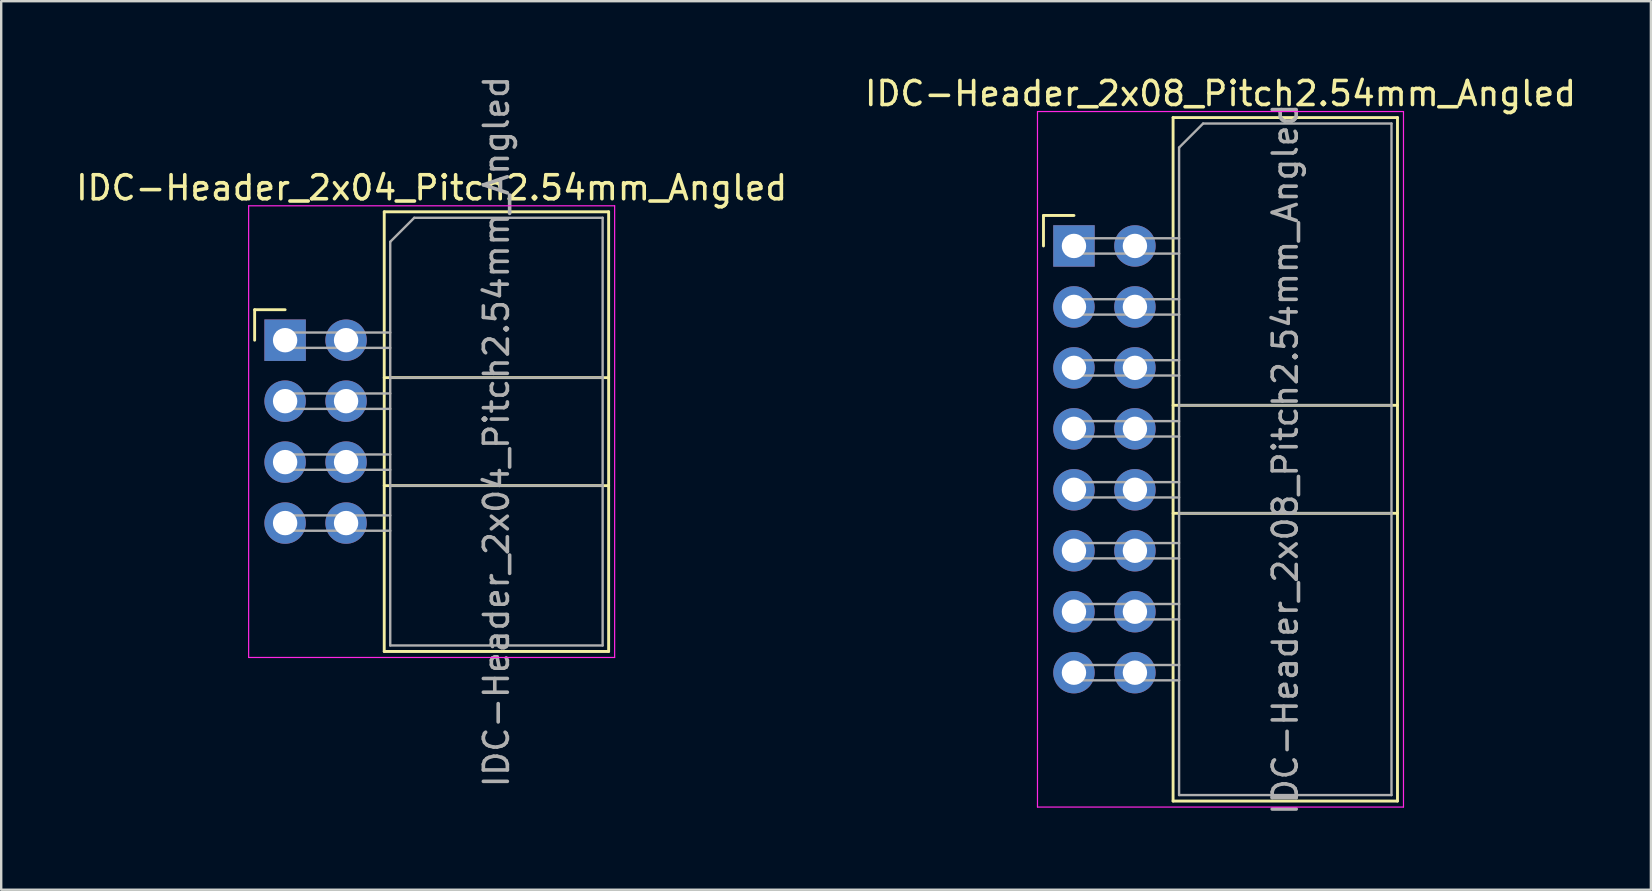
<source format=kicad_pcb>
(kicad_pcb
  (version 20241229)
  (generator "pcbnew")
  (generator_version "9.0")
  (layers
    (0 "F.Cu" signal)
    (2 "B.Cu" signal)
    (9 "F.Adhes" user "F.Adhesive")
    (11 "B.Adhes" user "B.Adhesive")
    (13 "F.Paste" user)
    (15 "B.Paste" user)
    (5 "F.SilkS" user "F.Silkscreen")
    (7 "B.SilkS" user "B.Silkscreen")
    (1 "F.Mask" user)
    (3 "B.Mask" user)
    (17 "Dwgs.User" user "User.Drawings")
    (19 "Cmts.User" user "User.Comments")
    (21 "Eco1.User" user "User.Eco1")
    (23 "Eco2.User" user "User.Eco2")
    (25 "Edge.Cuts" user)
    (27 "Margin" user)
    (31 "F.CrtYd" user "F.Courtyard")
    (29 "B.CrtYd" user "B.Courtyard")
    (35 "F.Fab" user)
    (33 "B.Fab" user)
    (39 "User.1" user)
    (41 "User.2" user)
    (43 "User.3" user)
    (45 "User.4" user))
  (footprint "IDC-Header_2x04_Pitch2.54mm_Angled"
    (layer "F.Cu")
    (at 8.83 11.125)
    (property "Reference" "IDC-Header_2x04_Pitch2.54mm_Angled" (at 6.105 -6.35 0) (layer "F.SilkS") (effects (font (size 1 1) (thickness 0.15))))
    (attr through_hole)
    (fp_line (start -1.27 -1.27) (end -1.27 0) (stroke (width 0.12) (type solid)) (layer "F.SilkS"))
    (fp_line (start 0 -1.27) (end -1.27 -1.27) (stroke (width 0.12) (type solid)) (layer "F.SilkS"))
    (fp_line (start 4.13 -5.35) (end 13.48 -5.35) (stroke (width 0.12) (type solid)) (layer "F.SilkS"))
    (fp_line (start 4.13 1.56) (end 13.48 1.56) (stroke (width 0.12) (type solid)) (layer "F.SilkS"))
    (fp_line (start 4.13 6.06) (end 13.48 6.06) (stroke (width 0.12) (type solid)) (layer "F.SilkS"))
    (fp_line (start 4.13 12.97) (end 4.13 -5.35) (stroke (width 0.12) (type solid)) (layer "F.SilkS"))
    (fp_line (start 4.13 12.97) (end 13.48 12.97) (stroke (width 0.12) (type solid)) (layer "F.SilkS"))
    (fp_line (start 13.48 -5.35) (end 13.48 12.97) (stroke (width 0.12) (type solid)) (layer "F.SilkS"))
    (fp_line (start -1.52 -5.6) (end 13.73 -5.6) (stroke (width 0.05) (type solid)) (layer "F.CrtYd"))
    (fp_line (start -1.52 13.22) (end -1.52 -5.6) (stroke (width 0.05) (type solid)) (layer "F.CrtYd"))
    (fp_line (start 13.73 -5.6) (end 13.73 13.22) (stroke (width 0.05) (type solid)) (layer "F.CrtYd"))
    (fp_line (start 13.73 13.22) (end -1.52 13.22) (stroke (width 0.05) (type solid)) (layer "F.CrtYd"))
    (fp_line (start -0.32 -0.32) (end -0.32 0.32) (stroke (width 0.1) (type solid)) (layer "F.Fab"))
    (fp_line (start -0.32 0.32) (end 4.38 0.32) (stroke (width 0.1) (type solid)) (layer "F.Fab"))
    (fp_line (start -0.32 2.22) (end -0.32 2.86) (stroke (width 0.1) (type solid)) (layer "F.Fab"))
    (fp_line (start -0.32 2.86) (end 4.38 2.86) (stroke (width 0.1) (type solid)) (layer "F.Fab"))
    (fp_line (start -0.32 4.76) (end -0.32 5.4) (stroke (width 0.1) (type solid)) (layer "F.Fab"))
    (fp_line (start -0.32 5.4) (end 4.38 5.4) (stroke (width 0.1) (type solid)) (layer "F.Fab"))
    (fp_line (start -0.32 7.3) (end -0.32 7.94) (stroke (width 0.1) (type solid)) (layer "F.Fab"))
    (fp_line (start -0.32 7.94) (end 4.38 7.94) (stroke (width 0.1) (type solid)) (layer "F.Fab"))
    (fp_line (start 4.38 -4.1) (end 5.38 -5.1) (stroke (width 0.1) (type solid)) (layer "F.Fab"))
    (fp_line (start 4.38 -0.32) (end -0.32 -0.32) (stroke (width 0.1) (type solid)) (layer "F.Fab"))
    (fp_line (start 4.38 1.56) (end 13.23 1.56) (stroke (width 0.1) (type solid)) (layer "F.Fab"))
    (fp_line (start 4.38 2.22) (end -0.32 2.22) (stroke (width 0.1) (type solid)) (layer "F.Fab"))
    (fp_line (start 4.38 4.76) (end -0.32 4.76) (stroke (width 0.1) (type solid)) (layer "F.Fab"))
    (fp_line (start 4.38 6.06) (end 13.23 6.06) (stroke (width 0.1) (type solid)) (layer "F.Fab"))
    (fp_line (start 4.38 7.3) (end -0.32 7.3) (stroke (width 0.1) (type solid)) (layer "F.Fab"))
    (fp_line (start 4.38 12.72) (end 4.38 -4.1) (stroke (width 0.1) (type solid)) (layer "F.Fab"))
    (fp_line (start 4.38 12.72) (end 13.23 12.72) (stroke (width 0.1) (type solid)) (layer "F.Fab"))
    (fp_line (start 5.38 -5.1) (end 13.23 -5.1) (stroke (width 0.1) (type solid)) (layer "F.Fab"))
    (fp_line (start 13.23 12.72) (end 13.23 -5.1) (stroke (width 0.1) (type solid)) (layer "F.Fab"))
    (fp_text user "${REFERENCE}" (at 8.805 3.81 90) (layer "F.Fab") (effects (font (size 1 1) (thickness 0.15))))
    (pad "1" thru_hole rect (at 0 0) (size 1.727 1.727) (drill 1.016) (layers "*.Cu" "*.Mask"))
    (pad "2" thru_hole oval (at 2.54 0) (size 1.727 1.727) (drill 1.016) (layers "*.Cu" "*.Mask"))
    (pad "3" thru_hole oval (at 0 2.54) (size 1.727 1.727) (drill 1.016) (layers "*.Cu" "*.Mask"))
    (pad "4" thru_hole oval (at 2.54 2.54) (size 1.727 1.727) (drill 1.016) (layers "*.Cu" "*.Mask"))
    (pad "5" thru_hole oval (at 0 5.08) (size 1.727 1.727) (drill 1.016) (layers "*.Cu" "*.Mask"))
    (pad "6" thru_hole oval (at 2.54 5.08) (size 1.727 1.727) (drill 1.016) (layers "*.Cu" "*.Mask"))
    (pad "7" thru_hole oval (at 0 7.62) (size 1.727 1.727) (drill 1.016) (layers "*.Cu" "*.Mask"))
    (pad "8" thru_hole oval (at 2.54 7.62) (size 1.727 1.727) (drill 1.016) (layers "*.Cu" "*.Mask")))
  (footprint "IDC-Header_2x08_Pitch2.54mm_Angled"
    (layer "F.Cu")
    (at 41.699 7.198)
    (property "Reference" "IDC-Header_2x08_Pitch2.54mm_Angled" (at 6.105 -6.35 0) (layer "F.SilkS") (effects (font (size 1 1) (thickness 0.15))))
    (attr through_hole)
    (fp_line (start -1.27 -1.27) (end -1.27 0) (stroke (width 0.12) (type solid)) (layer "F.SilkS"))
    (fp_line (start 0 -1.27) (end -1.27 -1.27) (stroke (width 0.12) (type solid)) (layer "F.SilkS"))
    (fp_line (start 4.13 -5.35) (end 13.48 -5.35) (stroke (width 0.12) (type solid)) (layer "F.SilkS"))
    (fp_line (start 4.13 6.64) (end 13.48 6.64) (stroke (width 0.12) (type solid)) (layer "F.SilkS"))
    (fp_line (start 4.13 11.14) (end 13.48 11.14) (stroke (width 0.12) (type solid)) (layer "F.SilkS"))
    (fp_line (start 4.13 23.13) (end 4.13 -5.35) (stroke (width 0.12) (type solid)) (layer "F.SilkS"))
    (fp_line (start 4.13 23.13) (end 13.48 23.13) (stroke (width 0.12) (type solid)) (layer "F.SilkS"))
    (fp_line (start 13.48 -5.35) (end 13.48 23.13) (stroke (width 0.12) (type solid)) (layer "F.SilkS"))
    (fp_line (start -1.52 -5.6) (end 13.73 -5.6) (stroke (width 0.05) (type solid)) (layer "F.CrtYd"))
    (fp_line (start -1.52 23.38) (end -1.52 -5.6) (stroke (width 0.05) (type solid)) (layer "F.CrtYd"))
    (fp_line (start 13.73 -5.6) (end 13.73 23.38) (stroke (width 0.05) (type solid)) (layer "F.CrtYd"))
    (fp_line (start 13.73 23.38) (end -1.52 23.38) (stroke (width 0.05) (type solid)) (layer "F.CrtYd"))
    (fp_line (start -0.32 -0.32) (end -0.32 0.32) (stroke (width 0.1) (type solid)) (layer "F.Fab"))
    (fp_line (start -0.32 0.32) (end 4.38 0.32) (stroke (width 0.1) (type solid)) (layer "F.Fab"))
    (fp_line (start -0.32 2.22) (end -0.32 2.86) (stroke (width 0.1) (type solid)) (layer "F.Fab"))
    (fp_line (start -0.32 2.86) (end 4.38 2.86) (stroke (width 0.1) (type solid)) (layer "F.Fab"))
    (fp_line (start -0.32 4.76) (end -0.32 5.4) (stroke (width 0.1) (type solid)) (layer "F.Fab"))
    (fp_line (start -0.32 5.4) (end 4.38 5.4) (stroke (width 0.1) (type solid)) (layer "F.Fab"))
    (fp_line (start -0.32 7.3) (end -0.32 7.94) (stroke (width 0.1) (type solid)) (layer "F.Fab"))
    (fp_line (start -0.32 7.94) (end 4.38 7.94) (stroke (width 0.1) (type solid)) (layer "F.Fab"))
    (fp_line (start -0.32 9.84) (end -0.32 10.48) (stroke (width 0.1) (type solid)) (layer "F.Fab"))
    (fp_line (start -0.32 10.48) (end 4.38 10.48) (stroke (width 0.1) (type solid)) (layer "F.Fab"))
    (fp_line (start -0.32 12.38) (end -0.32 13.02) (stroke (width 0.1) (type solid)) (layer "F.Fab"))
    (fp_line (start -0.32 13.02) (end 4.38 13.02) (stroke (width 0.1) (type solid)) (layer "F.Fab"))
    (fp_line (start -0.32 14.92) (end -0.32 15.56) (stroke (width 0.1) (type solid)) (layer "F.Fab"))
    (fp_line (start -0.32 15.56) (end 4.38 15.56) (stroke (width 0.1) (type solid)) (layer "F.Fab"))
    (fp_line (start -0.32 17.46) (end -0.32 18.1) (stroke (width 0.1) (type solid)) (layer "F.Fab"))
    (fp_line (start -0.32 18.1) (end 4.38 18.1) (stroke (width 0.1) (type solid)) (layer "F.Fab"))
    (fp_line (start 4.38 -4.1) (end 5.38 -5.1) (stroke (width 0.1) (type solid)) (layer "F.Fab"))
    (fp_line (start 4.38 -0.32) (end -0.32 -0.32) (stroke (width 0.1) (type solid)) (layer "F.Fab"))
    (fp_line (start 4.38 2.22) (end -0.32 2.22) (stroke (width 0.1) (type solid)) (layer "F.Fab"))
    (fp_line (start 4.38 4.76) (end -0.32 4.76) (stroke (width 0.1) (type solid)) (layer "F.Fab"))
    (fp_line (start 4.38 6.64) (end 13.23 6.64) (stroke (width 0.1) (type solid)) (layer "F.Fab"))
    (fp_line (start 4.38 7.3) (end -0.32 7.3) (stroke (width 0.1) (type solid)) (layer "F.Fab"))
    (fp_line (start 4.38 9.84) (end -0.32 9.84) (stroke (width 0.1) (type solid)) (layer "F.Fab"))
    (fp_line (start 4.38 11.14) (end 13.23 11.14) (stroke (width 0.1) (type solid)) (layer "F.Fab"))
    (fp_line (start 4.38 12.38) (end -0.32 12.38) (stroke (width 0.1) (type solid)) (layer "F.Fab"))
    (fp_line (start 4.38 14.92) (end -0.32 14.92) (stroke (width 0.1) (type solid)) (layer "F.Fab"))
    (fp_line (start 4.38 17.46) (end -0.32 17.46) (stroke (width 0.1) (type solid)) (layer "F.Fab"))
    (fp_line (start 4.38 22.88) (end 4.38 -4.1) (stroke (width 0.1) (type solid)) (layer "F.Fab"))
    (fp_line (start 4.38 22.88) (end 13.23 22.88) (stroke (width 0.1) (type solid)) (layer "F.Fab"))
    (fp_line (start 5.38 -5.1) (end 13.23 -5.1) (stroke (width 0.1) (type solid)) (layer "F.Fab"))
    (fp_line (start 13.23 22.88) (end 13.23 -5.1) (stroke (width 0.1) (type solid)) (layer "F.Fab"))
    (fp_text user "${REFERENCE}" (at 8.805 8.89 90) (layer "F.Fab") (effects (font (size 1 1) (thickness 0.15))))
    (pad "1" thru_hole rect (at 0 0) (size 1.727 1.727) (drill 1.016) (layers "*.Cu" "*.Mask"))
    (pad "2" thru_hole oval (at 2.54 0) (size 1.727 1.727) (drill 1.016) (layers "*.Cu" "*.Mask"))
    (pad "3" thru_hole oval (at 0 2.54) (size 1.727 1.727) (drill 1.016) (layers "*.Cu" "*.Mask"))
    (pad "4" thru_hole oval (at 2.54 2.54) (size 1.727 1.727) (drill 1.016) (layers "*.Cu" "*.Mask"))
    (pad "5" thru_hole oval (at 0 5.08) (size 1.727 1.727) (drill 1.016) (layers "*.Cu" "*.Mask"))
    (pad "6" thru_hole oval (at 2.54 5.08) (size 1.727 1.727) (drill 1.016) (layers "*.Cu" "*.Mask"))
    (pad "7" thru_hole oval (at 0 7.62) (size 1.727 1.727) (drill 1.016) (layers "*.Cu" "*.Mask"))
    (pad "8" thru_hole oval (at 2.54 7.62) (size 1.727 1.727) (drill 1.016) (layers "*.Cu" "*.Mask"))
    (pad "9" thru_hole oval (at 0 10.16) (size 1.727 1.727) (drill 1.016) (layers "*.Cu" "*.Mask"))
    (pad "10" thru_hole oval (at 2.54 10.16) (size 1.727 1.727) (drill 1.016) (layers "*.Cu" "*.Mask"))
    (pad "11" thru_hole oval (at 0 12.7) (size 1.727 1.727) (drill 1.016) (layers "*.Cu" "*.Mask"))
    (pad "12" thru_hole oval (at 2.54 12.7) (size 1.727 1.727) (drill 1.016) (layers "*.Cu" "*.Mask"))
    (pad "13" thru_hole oval (at 0 15.24) (size 1.727 1.727) (drill 1.016) (layers "*.Cu" "*.Mask"))
    (pad "14" thru_hole oval (at 2.54 15.24) (size 1.727 1.727) (drill 1.016) (layers "*.Cu" "*.Mask"))
    (pad "15" thru_hole oval (at 0 17.78) (size 1.727 1.727) (drill 1.016) (layers "*.Cu" "*.Mask"))
    (pad "16" thru_hole oval (at 2.54 17.78) (size 1.727 1.727) (drill 1.016) (layers "*.Cu" "*.Mask")))
  (gr_rect
    (start -3 -3)
    (end 65.738 34.023)
    (stroke (width 0.1) (type default))
    (fill no)
    (layer "Edge.Cuts")))
</source>
